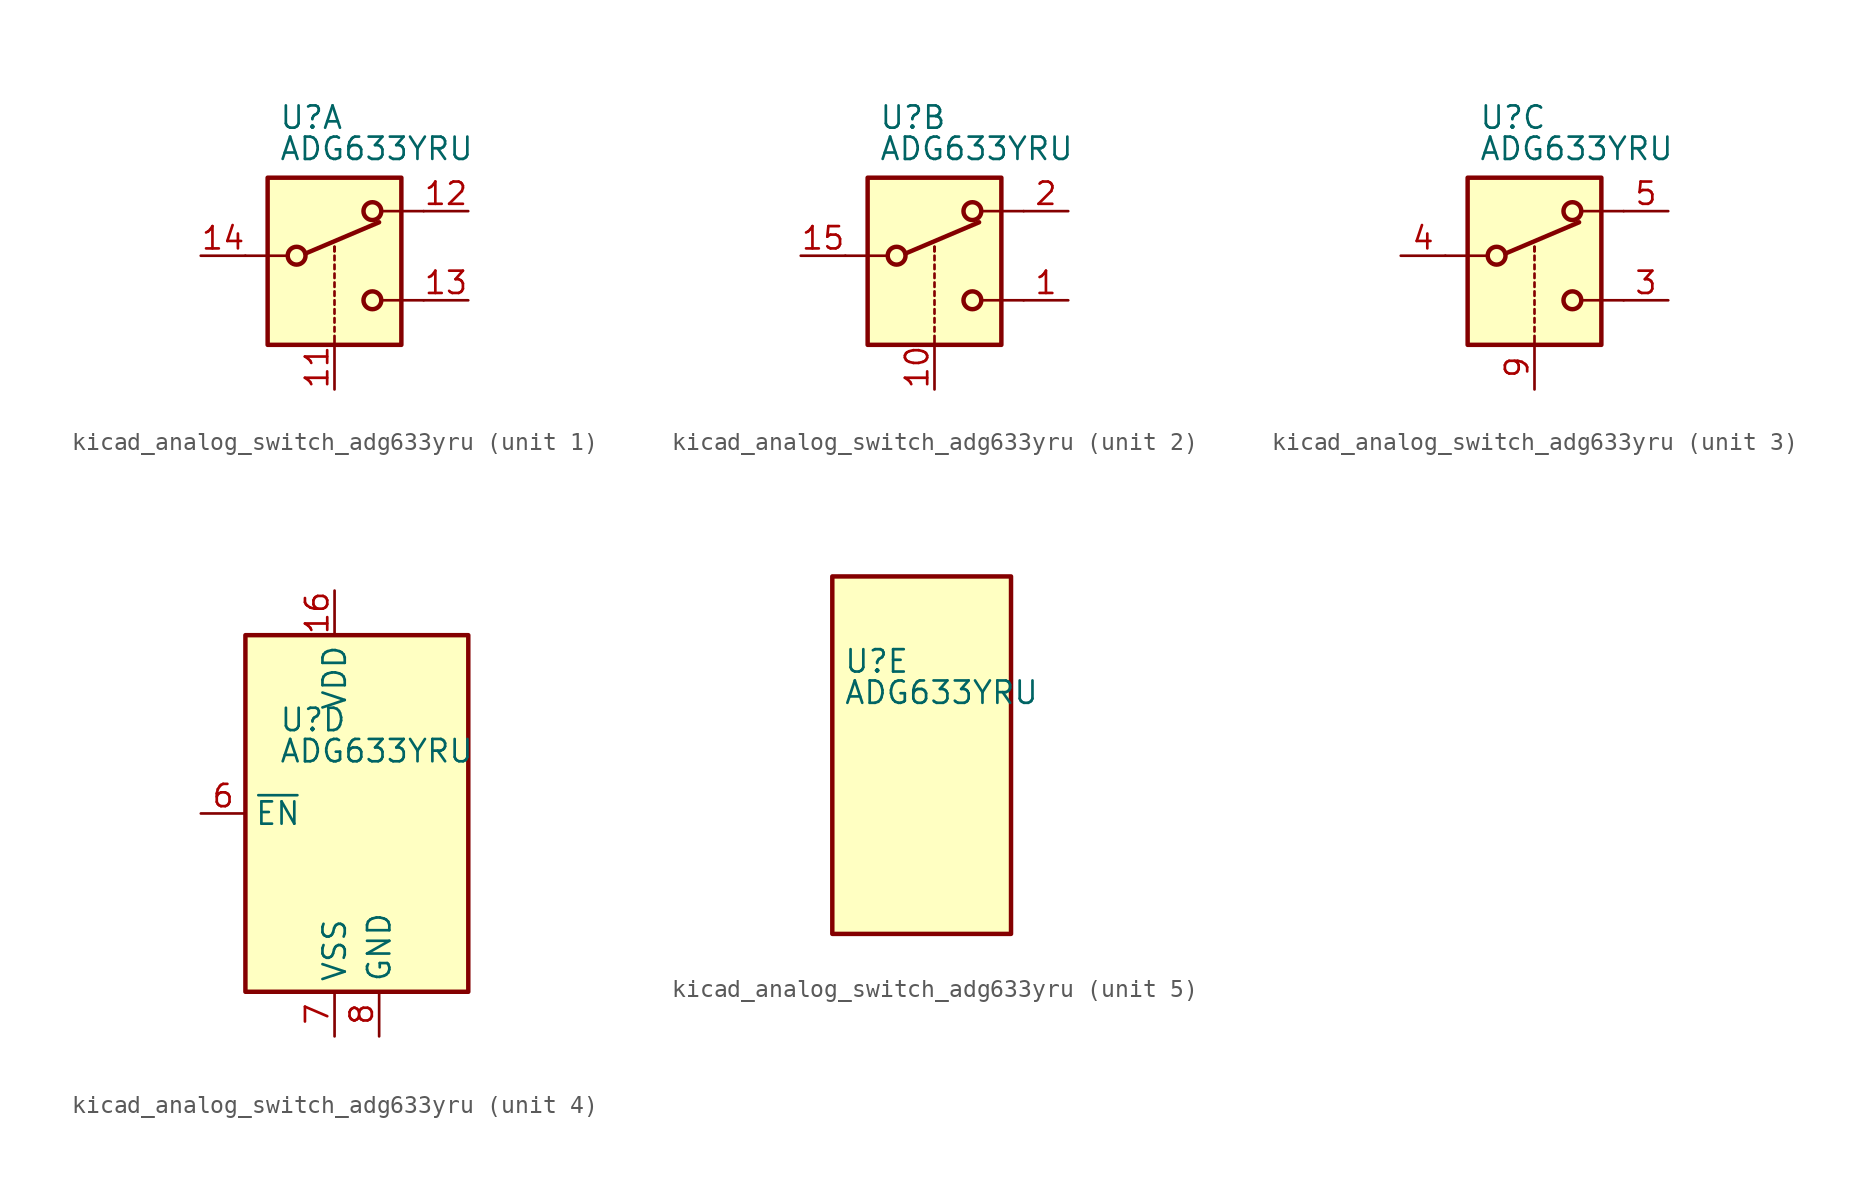
<source format=kicad_sym>
(kicad_symbol_lib
  (version 20220914)
  (generator kicad_symbol_editor)
  (symbol "kicad_analog_switch_adg633yru"
    (property "Reference" "U"
      (at -3.175 5.334 0)
      (effects (font (size 1.27 1.27)) (justify left)))
    (property "Value" "ADG633YRU"
      (at -3.175 3.556 0)
      (effects (font (size 1.27 1.27)) (justify left)))
    (symbol "kicad_analog_switch_adg633yru_1_1"
      (rectangle (start -3.81 1.905) (end 3.81 -7.62) (stroke (width 0.254) (type default)) (fill (type background)))
      (circle (center -2.159 -2.54) (radius 0.508) (stroke (width 0.254) (type default)) (fill (type none)))
      (polyline (pts (xy -5.08 -2.54) (xy -2.794 -2.54)) (stroke (width 0) (type default)) (fill (type none)))
      (polyline (pts (xy -1.651 -2.413) (xy 2.54 -0.635)) (stroke (width 0.254) (type default)) (fill (type none)))
      (polyline (pts (xy 0 -7.62) (xy 0 -7.112)) (stroke (width 0) (type default)) (fill (type none)))
      (polyline (pts (xy 0 -6.858) (xy 0 -6.604)) (stroke (width 0) (type default)) (fill (type none)))
      (polyline (pts (xy 0 -6.35) (xy 0 -6.096)) (stroke (width 0) (type default)) (fill (type none)))
      (polyline (pts (xy 0 -5.842) (xy 0 -5.588)) (stroke (width 0) (type default)) (fill (type none)))
      (polyline (pts (xy 0 -5.334) (xy 0 -5.08)) (stroke (width 0) (type default)) (fill (type none)))
      (polyline (pts (xy 0 -4.826) (xy 0 -4.572)) (stroke (width 0) (type default)) (fill (type none)))
      (polyline (pts (xy 0 -4.318) (xy 0 -4.064)) (stroke (width 0) (type default)) (fill (type none)))
      (polyline (pts (xy 0 -3.81) (xy 0 -3.556)) (stroke (width 0) (type default)) (fill (type none)))
      (polyline (pts (xy 0 -3.302) (xy 0 -3.048)) (stroke (width 0) (type default)) (fill (type none)))
      (polyline (pts (xy 0 -2.794) (xy 0 -2.54)) (stroke (width 0) (type default)) (fill (type none)))
      (polyline (pts (xy 0 -2.286) (xy 0 -2.032)) (stroke (width 0) (type default)) (fill (type none)))
      (polyline (pts (xy 0 -2.286) (xy 0 -2.032)) (stroke (width 0) (type default)) (fill (type none)))
      (polyline (pts (xy 5.08 -5.08) (xy 2.794 -5.08)) (stroke (width 0) (type default)) (fill (type none)))
      (polyline (pts (xy 5.08 0) (xy 2.794 0)) (stroke (width 0) (type default)) (fill (type none)))
      (circle (center 2.159 -5.08) (radius 0.508) (stroke (width 0.254) (type default)) (fill (type none)))
      (circle (center 2.159 0) (radius 0.508) (stroke (width 0.254) (type default)) (fill (type none)))
      (pin input line (at 0 -10.16 90) (length 2.54) (name "~" (effects (font (size 1.27 1.27)))) (number "11" (effects (font (size 1.27 1.27)))))
      (pin passive line (at 7.62 0 180) (length 2.54) (name "~" (effects (font (size 1.27 1.27)))) (number "12" (effects (font (size 1.27 1.27)))))
      (pin passive line (at 7.62 -5.08 180) (length 2.54) (name "~" (effects (font (size 1.27 1.27)))) (number "13" (effects (font (size 1.27 1.27)))))
      (pin passive line (at -7.62 -2.54 0) (length 2.54) (name "~" (effects (font (size 1.27 1.27)))) (number "14" (effects (font (size 1.27 1.27))))))
    (symbol "kicad_analog_switch_adg633yru_2_1"
      (rectangle (start -3.81 1.905) (end 3.81 -7.62) (stroke (width 0.254) (type default)) (fill (type background)))
      (circle (center -2.159 -2.54) (radius 0.508) (stroke (width 0.254) (type default)) (fill (type none)))
      (polyline (pts (xy -5.08 -2.54) (xy -2.794 -2.54)) (stroke (width 0) (type default)) (fill (type none)))
      (polyline (pts (xy -1.651 -2.413) (xy 2.54 -0.635)) (stroke (width 0.254) (type default)) (fill (type none)))
      (polyline (pts (xy 0 -7.62) (xy 0 -7.112)) (stroke (width 0) (type default)) (fill (type none)))
      (polyline (pts (xy 0 -6.858) (xy 0 -6.604)) (stroke (width 0) (type default)) (fill (type none)))
      (polyline (pts (xy 0 -6.35) (xy 0 -6.096)) (stroke (width 0) (type default)) (fill (type none)))
      (polyline (pts (xy 0 -5.842) (xy 0 -5.588)) (stroke (width 0) (type default)) (fill (type none)))
      (polyline (pts (xy 0 -5.334) (xy 0 -5.08)) (stroke (width 0) (type default)) (fill (type none)))
      (polyline (pts (xy 0 -4.826) (xy 0 -4.572)) (stroke (width 0) (type default)) (fill (type none)))
      (polyline (pts (xy 0 -4.318) (xy 0 -4.064)) (stroke (width 0) (type default)) (fill (type none)))
      (polyline (pts (xy 0 -3.81) (xy 0 -3.556)) (stroke (width 0) (type default)) (fill (type none)))
      (polyline (pts (xy 0 -3.302) (xy 0 -3.048)) (stroke (width 0) (type default)) (fill (type none)))
      (polyline (pts (xy 0 -2.794) (xy 0 -2.54)) (stroke (width 0) (type default)) (fill (type none)))
      (polyline (pts (xy 0 -2.286) (xy 0 -2.032)) (stroke (width 0) (type default)) (fill (type none)))
      (polyline (pts (xy 0 -2.286) (xy 0 -2.032)) (stroke (width 0) (type default)) (fill (type none)))
      (polyline (pts (xy 5.08 -5.08) (xy 2.794 -5.08)) (stroke (width 0) (type default)) (fill (type none)))
      (polyline (pts (xy 5.08 0) (xy 2.794 0)) (stroke (width 0) (type default)) (fill (type none)))
      (circle (center 2.159 -5.08) (radius 0.508) (stroke (width 0.254) (type default)) (fill (type none)))
      (circle (center 2.159 0) (radius 0.508) (stroke (width 0.254) (type default)) (fill (type none)))
      (pin passive line (at 7.62 -5.08 180) (length 2.54) (name "~" (effects (font (size 1.27 1.27)))) (number "1" (effects (font (size 1.27 1.27)))))
      (pin input line (at 0 -10.16 90) (length 2.54) (name "~" (effects (font (size 1.27 1.27)))) (number "10" (effects (font (size 1.27 1.27)))))
      (pin passive line (at -7.62 -2.54 0) (length 2.54) (name "~" (effects (font (size 1.27 1.27)))) (number "15" (effects (font (size 1.27 1.27)))))
      (pin passive line (at 7.62 0 180) (length 2.54) (name "~" (effects (font (size 1.27 1.27)))) (number "2" (effects (font (size 1.27 1.27))))))
    (symbol "kicad_analog_switch_adg633yru_3_1"
      (rectangle (start -3.81 1.905) (end 3.81 -7.62) (stroke (width 0.254) (type default)) (fill (type background)))
      (circle (center -2.159 -2.54) (radius 0.508) (stroke (width 0.254) (type default)) (fill (type none)))
      (polyline (pts (xy -5.08 -2.54) (xy -2.794 -2.54)) (stroke (width 0) (type default)) (fill (type none)))
      (polyline (pts (xy -1.651 -2.413) (xy 2.54 -0.635)) (stroke (width 0.254) (type default)) (fill (type none)))
      (polyline (pts (xy 0 -7.62) (xy 0 -7.112)) (stroke (width 0) (type default)) (fill (type none)))
      (polyline (pts (xy 0 -6.858) (xy 0 -6.604)) (stroke (width 0) (type default)) (fill (type none)))
      (polyline (pts (xy 0 -6.35) (xy 0 -6.096)) (stroke (width 0) (type default)) (fill (type none)))
      (polyline (pts (xy 0 -5.842) (xy 0 -5.588)) (stroke (width 0) (type default)) (fill (type none)))
      (polyline (pts (xy 0 -5.334) (xy 0 -5.08)) (stroke (width 0) (type default)) (fill (type none)))
      (polyline (pts (xy 0 -4.826) (xy 0 -4.572)) (stroke (width 0) (type default)) (fill (type none)))
      (polyline (pts (xy 0 -4.318) (xy 0 -4.064)) (stroke (width 0) (type default)) (fill (type none)))
      (polyline (pts (xy 0 -3.81) (xy 0 -3.556)) (stroke (width 0) (type default)) (fill (type none)))
      (polyline (pts (xy 0 -3.302) (xy 0 -3.048)) (stroke (width 0) (type default)) (fill (type none)))
      (polyline (pts (xy 0 -2.794) (xy 0 -2.54)) (stroke (width 0) (type default)) (fill (type none)))
      (polyline (pts (xy 0 -2.286) (xy 0 -2.032)) (stroke (width 0) (type default)) (fill (type none)))
      (polyline (pts (xy 0 -2.286) (xy 0 -2.032)) (stroke (width 0) (type default)) (fill (type none)))
      (polyline (pts (xy 5.08 -5.08) (xy 2.794 -5.08)) (stroke (width 0) (type default)) (fill (type none)))
      (polyline (pts (xy 5.08 0) (xy 2.794 0)) (stroke (width 0) (type default)) (fill (type none)))
      (circle (center 2.159 -5.08) (radius 0.508) (stroke (width 0.254) (type default)) (fill (type none)))
      (circle (center 2.159 0) (radius 0.508) (stroke (width 0.254) (type default)) (fill (type none)))
      (pin passive line (at 7.62 -5.08 180) (length 2.54) (name "~" (effects (font (size 1.27 1.27)))) (number "3" (effects (font (size 1.27 1.27)))))
      (pin passive line (at -7.62 -2.54 0) (length 2.54) (name "~" (effects (font (size 1.27 1.27)))) (number "4" (effects (font (size 1.27 1.27)))))
      (pin passive line (at 7.62 0 180) (length 2.54) (name "~" (effects (font (size 1.27 1.27)))) (number "5" (effects (font (size 1.27 1.27)))))
      (pin input line (at 0 -10.16 90) (length 2.54) (name "~" (effects (font (size 1.27 1.27)))) (number "9" (effects (font (size 1.27 1.27))))))
    (symbol "kicad_analog_switch_adg633yru_4_0"
      (pin power_in line (at 0 12.7 270) (length 2.54) (name "VDD" (effects (font (size 1.27 1.27)))) (number "16" (effects (font (size 1.27 1.27)))))
      (pin input line (at -7.62 0 0) (length 2.54) (name "~{EN}" (effects (font (size 1.27 1.27)))) (number "6" (effects (font (size 1.27 1.27)))))
      (pin power_in line (at 0 -12.7 90) (length 2.54) (name "VSS" (effects (font (size 1.27 1.27)))) (number "7" (effects (font (size 1.27 1.27)))))
      (pin power_in line (at 2.54 -12.7 90) (length 2.54) (name "GND" (effects (font (size 1.27 1.27)))) (number "8" (effects (font (size 1.27 1.27))))))
    (symbol "kicad_analog_switch_adg633yru_4_1"
      (rectangle (start -5.08 10.16) (end 7.62 -10.16) (stroke (width 0.254) (type default)) (fill (type background))))
    (symbol "kicad_analog_switch_adg633yru_5_1"
      (rectangle (start -3.81 10.16) (end 6.35 -10.16) (stroke (width 0.254) (type default)) (fill (type background))))))
</source>
